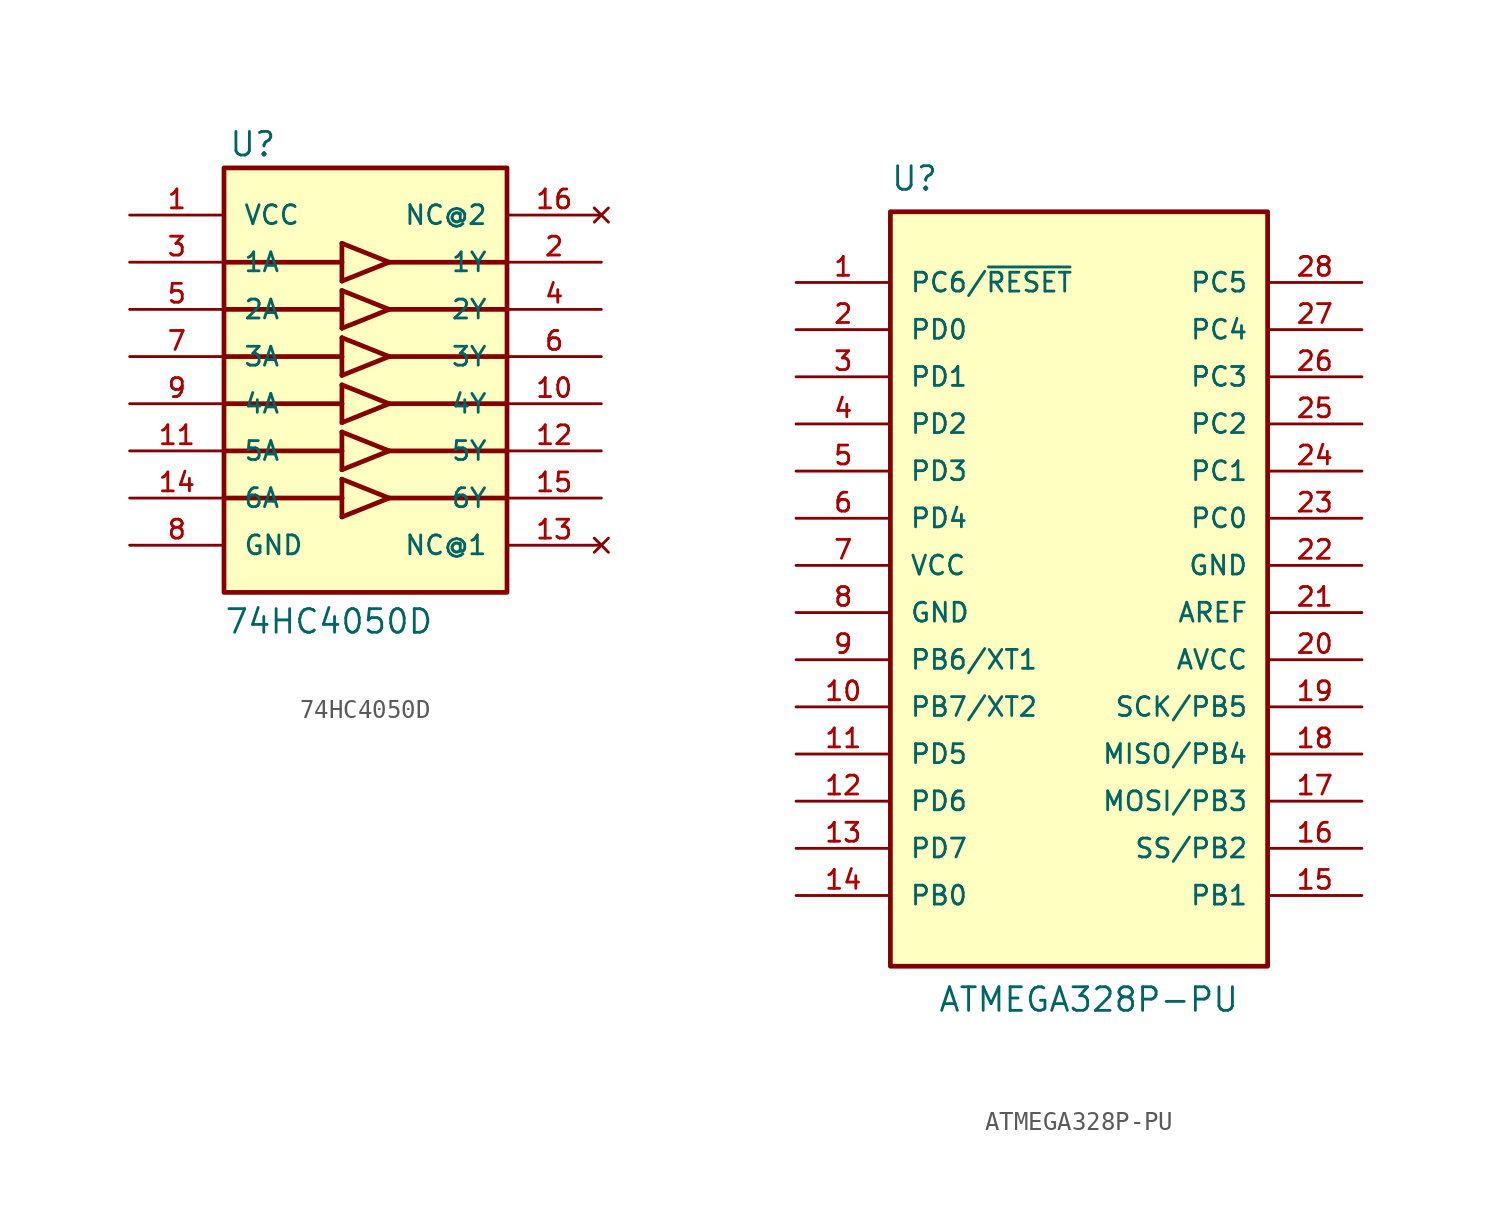
<source format=kicad_sym>
(kicad_symbol_lib
  (version 20220914)
  (generator kicad_symbol_editor)
  (symbol "74HC4050D"
    (pin_names
      (offset 1.016))
    (property "Reference" "U"
      (at -7.38 11.961 0)
      (effects (font (size 1.27 1.27)) (justify left bottom)))
    (property "Value" "74HC4050D"
      (at -7.633 -13.739 0)
      (effects (font (size 1.27 1.27)) (justify left bottom)))
    (symbol "74HC4050D_0_0"
      (rectangle (start -7.62 -11.43) (end 7.62 11.43) (stroke (width 0.254) (type default)) (fill (type background)))
      (polyline (pts (xy -7.62 -6.35) (xy -1.27 -6.35)) (stroke (width 0.254) (type default)) (fill (type none)))
      (polyline (pts (xy -7.62 -3.81) (xy -1.27 -3.81)) (stroke (width 0.254) (type default)) (fill (type none)))
      (polyline (pts (xy -7.62 -1.27) (xy -1.27 -1.27)) (stroke (width 0.254) (type default)) (fill (type none)))
      (polyline (pts (xy -7.62 1.27) (xy -1.27 1.27)) (stroke (width 0.254) (type default)) (fill (type none)))
      (polyline (pts (xy -7.62 3.81) (xy -1.27 3.81)) (stroke (width 0.254) (type default)) (fill (type none)))
      (polyline (pts (xy -7.62 6.35) (xy -1.27 6.35)) (stroke (width 0.254) (type default)) (fill (type none)))
      (polyline (pts (xy -1.27 -7.366) (xy -1.27 -6.35)) (stroke (width 0.254) (type default)) (fill (type none)))
      (polyline (pts (xy -1.27 -7.366) (xy 1.27 -6.35)) (stroke (width 0.254) (type default)) (fill (type none)))
      (polyline (pts (xy -1.27 -5.334) (xy -1.27 -6.35)) (stroke (width 0.254) (type default)) (fill (type none)))
      (polyline (pts (xy -1.27 -4.826) (xy 1.27 -3.81)) (stroke (width 0.254) (type default)) (fill (type none)))
      (polyline (pts (xy -1.27 -3.81) (xy -1.27 -4.826)) (stroke (width 0.254) (type default)) (fill (type none)))
      (polyline (pts (xy -1.27 -2.794) (xy -1.27 -3.81)) (stroke (width 0.254) (type default)) (fill (type none)))
      (polyline (pts (xy -1.27 -2.286) (xy -1.27 -1.27)) (stroke (width 0.254) (type default)) (fill (type none)))
      (polyline (pts (xy -1.27 -2.286) (xy 1.27 -1.27)) (stroke (width 0.254) (type default)) (fill (type none)))
      (polyline (pts (xy -1.27 -0.254) (xy -1.27 -1.27)) (stroke (width 0.254) (type default)) (fill (type none)))
      (polyline (pts (xy -1.27 0.254) (xy 1.27 1.27)) (stroke (width 0.254) (type default)) (fill (type none)))
      (polyline (pts (xy -1.27 1.27) (xy -1.27 0.254)) (stroke (width 0.254) (type default)) (fill (type none)))
      (polyline (pts (xy -1.27 2.286) (xy -1.27 1.27)) (stroke (width 0.254) (type default)) (fill (type none)))
      (polyline (pts (xy -1.27 2.794) (xy -1.27 3.81)) (stroke (width 0.254) (type default)) (fill (type none)))
      (polyline (pts (xy -1.27 2.794) (xy 1.27 3.81)) (stroke (width 0.254) (type default)) (fill (type none)))
      (polyline (pts (xy -1.27 4.826) (xy -1.27 3.81)) (stroke (width 0.254) (type default)) (fill (type none)))
      (polyline (pts (xy -1.27 5.334) (xy 1.27 6.35)) (stroke (width 0.254) (type default)) (fill (type none)))
      (polyline (pts (xy -1.27 6.35) (xy -1.27 5.334)) (stroke (width 0.254) (type default)) (fill (type none)))
      (polyline (pts (xy -1.27 7.366) (xy -1.27 6.35)) (stroke (width 0.254) (type default)) (fill (type none)))
      (polyline (pts (xy 1.27 -6.35) (xy -1.27 -5.334)) (stroke (width 0.254) (type default)) (fill (type none)))
      (polyline (pts (xy 1.27 -3.81) (xy -1.27 -2.794)) (stroke (width 0.254) (type default)) (fill (type none)))
      (polyline (pts (xy 1.27 -1.27) (xy -1.27 -0.254)) (stroke (width 0.254) (type default)) (fill (type none)))
      (polyline (pts (xy 1.27 1.27) (xy -1.27 2.286)) (stroke (width 0.254) (type default)) (fill (type none)))
      (polyline (pts (xy 1.27 3.81) (xy -1.27 4.826)) (stroke (width 0.254) (type default)) (fill (type none)))
      (polyline (pts (xy 1.27 6.35) (xy -1.27 7.366)) (stroke (width 0.254) (type default)) (fill (type none)))
      (polyline (pts (xy 7.62 -6.35) (xy 1.27 -6.35)) (stroke (width 0.254) (type default)) (fill (type none)))
      (polyline (pts (xy 7.62 -3.81) (xy 1.27 -3.81)) (stroke (width 0.254) (type default)) (fill (type none)))
      (polyline (pts (xy 7.62 -1.27) (xy 1.27 -1.27)) (stroke (width 0.254) (type default)) (fill (type none)))
      (polyline (pts (xy 7.62 1.27) (xy 1.27 1.27)) (stroke (width 0.254) (type default)) (fill (type none)))
      (polyline (pts (xy 7.62 3.81) (xy 1.27 3.81)) (stroke (width 0.254) (type default)) (fill (type none)))
      (polyline (pts (xy 7.62 6.35) (xy 1.27 6.35)) (stroke (width 0.254) (type default)) (fill (type none)))
      (pin power_in line (at -12.7 8.89 0) (length 5.08) (name "VCC" (effects (font (size 1.016 1.016)))) (number "1" (effects (font (size 1.016 1.016)))))
      (pin output line (at 12.7 -1.27 180) (length 5.08) (name "4Y" (effects (font (size 1.016 1.016)))) (number "10" (effects (font (size 1.016 1.016)))))
      (pin input line (at -12.7 -3.81 0) (length 5.08) (name "5A" (effects (font (size 1.016 1.016)))) (number "11" (effects (font (size 1.016 1.016)))))
      (pin output line (at 12.7 -3.81 180) (length 5.08) (name "5Y" (effects (font (size 1.016 1.016)))) (number "12" (effects (font (size 1.016 1.016)))))
      (pin no_connect line (at 12.7 -8.89 180) (length 5.08) (name "NC@1" (effects (font (size 1.016 1.016)))) (number "13" (effects (font (size 1.016 1.016)))))
      (pin input line (at -12.7 -6.35 0) (length 5.08) (name "6A" (effects (font (size 1.016 1.016)))) (number "14" (effects (font (size 1.016 1.016)))))
      (pin output line (at 12.7 -6.35 180) (length 5.08) (name "6Y" (effects (font (size 1.016 1.016)))) (number "15" (effects (font (size 1.016 1.016)))))
      (pin no_connect line (at 12.7 8.89 180) (length 5.08) (name "NC@2" (effects (font (size 1.016 1.016)))) (number "16" (effects (font (size 1.016 1.016)))))
      (pin output line (at 12.7 6.35 180) (length 5.08) (name "1Y" (effects (font (size 1.016 1.016)))) (number "2" (effects (font (size 1.016 1.016)))))
      (pin input line (at -12.7 6.35 0) (length 5.08) (name "1A" (effects (font (size 1.016 1.016)))) (number "3" (effects (font (size 1.016 1.016)))))
      (pin output line (at 12.7 3.81 180) (length 5.08) (name "2Y" (effects (font (size 1.016 1.016)))) (number "4" (effects (font (size 1.016 1.016)))))
      (pin input line (at -12.7 3.81 0) (length 5.08) (name "2A" (effects (font (size 1.016 1.016)))) (number "5" (effects (font (size 1.016 1.016)))))
      (pin output line (at 12.7 1.27 180) (length 5.08) (name "3Y" (effects (font (size 1.016 1.016)))) (number "6" (effects (font (size 1.016 1.016)))))
      (pin input line (at -12.7 1.27 0) (length 5.08) (name "3A" (effects (font (size 1.016 1.016)))) (number "7" (effects (font (size 1.016 1.016)))))
      (pin power_in line (at -12.7 -8.89 0) (length 5.08) (name "GND" (effects (font (size 1.016 1.016)))) (number "8" (effects (font (size 1.016 1.016)))))
      (pin input line (at -12.7 -1.27 0) (length 5.08) (name "4A" (effects (font (size 1.016 1.016)))) (number "9" (effects (font (size 1.016 1.016)))))))
  (symbol "ATMEGA328P-PU"
    (pin_names
      (offset 1.016))
    (property "Reference" "U"
      (at -10.171 28.986 0)
      (effects (font (size 1.27 1.27)) (justify left bottom)))
    (property "Value" "ATMEGA328P-PU"
      (at -7.62 -15.24 0)
      (effects (font (size 1.27 1.27)) (justify left bottom)))
    (symbol "ATMEGA328P-PU_0_0"
      (rectangle (start -10.16 27.94) (end 10.16 -12.7) (stroke (width 0.254) (type default)) (fill (type background)))
      (pin bidirectional line (at -15.24 24.13 0) (length 5.08) (name "PC6/~{RESET}" (effects (font (size 1.016 1.016)))) (number "1" (effects (font (size 1.016 1.016)))))
      (pin bidirectional line (at -15.24 -1.27 0) (length 5.08) (name "PD5" (effects (font (size 1.016 1.016)))) (number "11" (effects (font (size 1.016 1.016)))))
      (pin bidirectional line (at -15.24 -3.81 0) (length 5.08) (name "PD6" (effects (font (size 1.016 1.016)))) (number "12" (effects (font (size 1.016 1.016)))))
      (pin bidirectional line (at -15.24 -6.35 0) (length 5.08) (name "PD7" (effects (font (size 1.016 1.016)))) (number "13" (effects (font (size 1.016 1.016)))))
      (pin bidirectional line (at -15.24 -8.89 0) (length 5.08) (name "PB0" (effects (font (size 1.016 1.016)))) (number "14" (effects (font (size 1.016 1.016)))))
      (pin bidirectional line (at 15.24 -8.89 180) (length 5.08) (name "PB1" (effects (font (size 1.016 1.016)))) (number "15" (effects (font (size 1.016 1.016)))))
      (pin bidirectional line (at -15.24 21.59 0) (length 5.08) (name "PD0" (effects (font (size 1.016 1.016)))) (number "2" (effects (font (size 1.016 1.016)))))
      (pin power_in line (at 15.24 3.81 180) (length 5.08) (name "AVCC" (effects (font (size 1.016 1.016)))) (number "20" (effects (font (size 1.016 1.016)))))
      (pin input line (at 15.24 6.35 180) (length 5.08) (name "AREF" (effects (font (size 1.016 1.016)))) (number "21" (effects (font (size 1.016 1.016)))))
      (pin power_in line (at 15.24 8.89 180) (length 5.08) (name "GND" (effects (font (size 1.016 1.016)))) (number "22" (effects (font (size 1.016 1.016)))))
      (pin bidirectional line (at 15.24 11.43 180) (length 5.08) (name "PC0" (effects (font (size 1.016 1.016)))) (number "23" (effects (font (size 1.016 1.016)))))
      (pin bidirectional line (at 15.24 13.97 180) (length 5.08) (name "PC1" (effects (font (size 1.016 1.016)))) (number "24" (effects (font (size 1.016 1.016)))))
      (pin bidirectional line (at 15.24 16.51 180) (length 5.08) (name "PC2" (effects (font (size 1.016 1.016)))) (number "25" (effects (font (size 1.016 1.016)))))
      (pin bidirectional line (at 15.24 19.05 180) (length 5.08) (name "PC3" (effects (font (size 1.016 1.016)))) (number "26" (effects (font (size 1.016 1.016)))))
      (pin bidirectional line (at 15.24 21.59 180) (length 5.08) (name "PC4" (effects (font (size 1.016 1.016)))) (number "27" (effects (font (size 1.016 1.016)))))
      (pin bidirectional line (at 15.24 24.13 180) (length 5.08) (name "PC5" (effects (font (size 1.016 1.016)))) (number "28" (effects (font (size 1.016 1.016)))))
      (pin bidirectional line (at -15.24 19.05 0) (length 5.08) (name "PD1" (effects (font (size 1.016 1.016)))) (number "3" (effects (font (size 1.016 1.016)))))
      (pin bidirectional line (at -15.24 16.51 0) (length 5.08) (name "PD2" (effects (font (size 1.016 1.016)))) (number "4" (effects (font (size 1.016 1.016)))))
      (pin bidirectional line (at -15.24 13.97 0) (length 5.08) (name "PD3" (effects (font (size 1.016 1.016)))) (number "5" (effects (font (size 1.016 1.016)))))
      (pin bidirectional line (at -15.24 11.43 0) (length 5.08) (name "PD4" (effects (font (size 1.016 1.016)))) (number "6" (effects (font (size 1.016 1.016)))))
      (pin power_in line (at -15.24 8.89 0) (length 5.08) (name "VCC" (effects (font (size 1.016 1.016)))) (number "7" (effects (font (size 1.016 1.016)))))
      (pin power_in line (at -15.24 6.35 0) (length 5.08) (name "GND" (effects (font (size 1.016 1.016)))) (number "8" (effects (font (size 1.016 1.016))))))
    (symbol "ATMEGA328P-PU_1_0"
      (pin bidirectional line (at -15.24 1.27 0) (length 5.08) (name "PB7/XT2" (effects (font (size 1.016 1.016)))) (number "10" (effects (font (size 1.016 1.016)))))
      (pin bidirectional line (at 15.24 -6.35 180) (length 5.08) (name "SS/PB2" (effects (font (size 1.016 1.016)))) (number "16" (effects (font (size 1.016 1.016)))))
      (pin bidirectional line (at 15.24 -3.81 180) (length 5.08) (name "MOSI/PB3" (effects (font (size 1.016 1.016)))) (number "17" (effects (font (size 1.016 1.016)))))
      (pin bidirectional line (at 15.24 -1.27 180) (length 5.08) (name "MISO/PB4" (effects (font (size 1.016 1.016)))) (number "18" (effects (font (size 1.016 1.016)))))
      (pin bidirectional line (at 15.24 1.27 180) (length 5.08) (name "SCK/PB5" (effects (font (size 1.016 1.016)))) (number "19" (effects (font (size 1.016 1.016)))))
      (pin bidirectional line (at -15.24 3.81 0) (length 5.08) (name "PB6/XT1" (effects (font (size 1.016 1.016)))) (number "9" (effects (font (size 1.016 1.016))))))))
</source>
